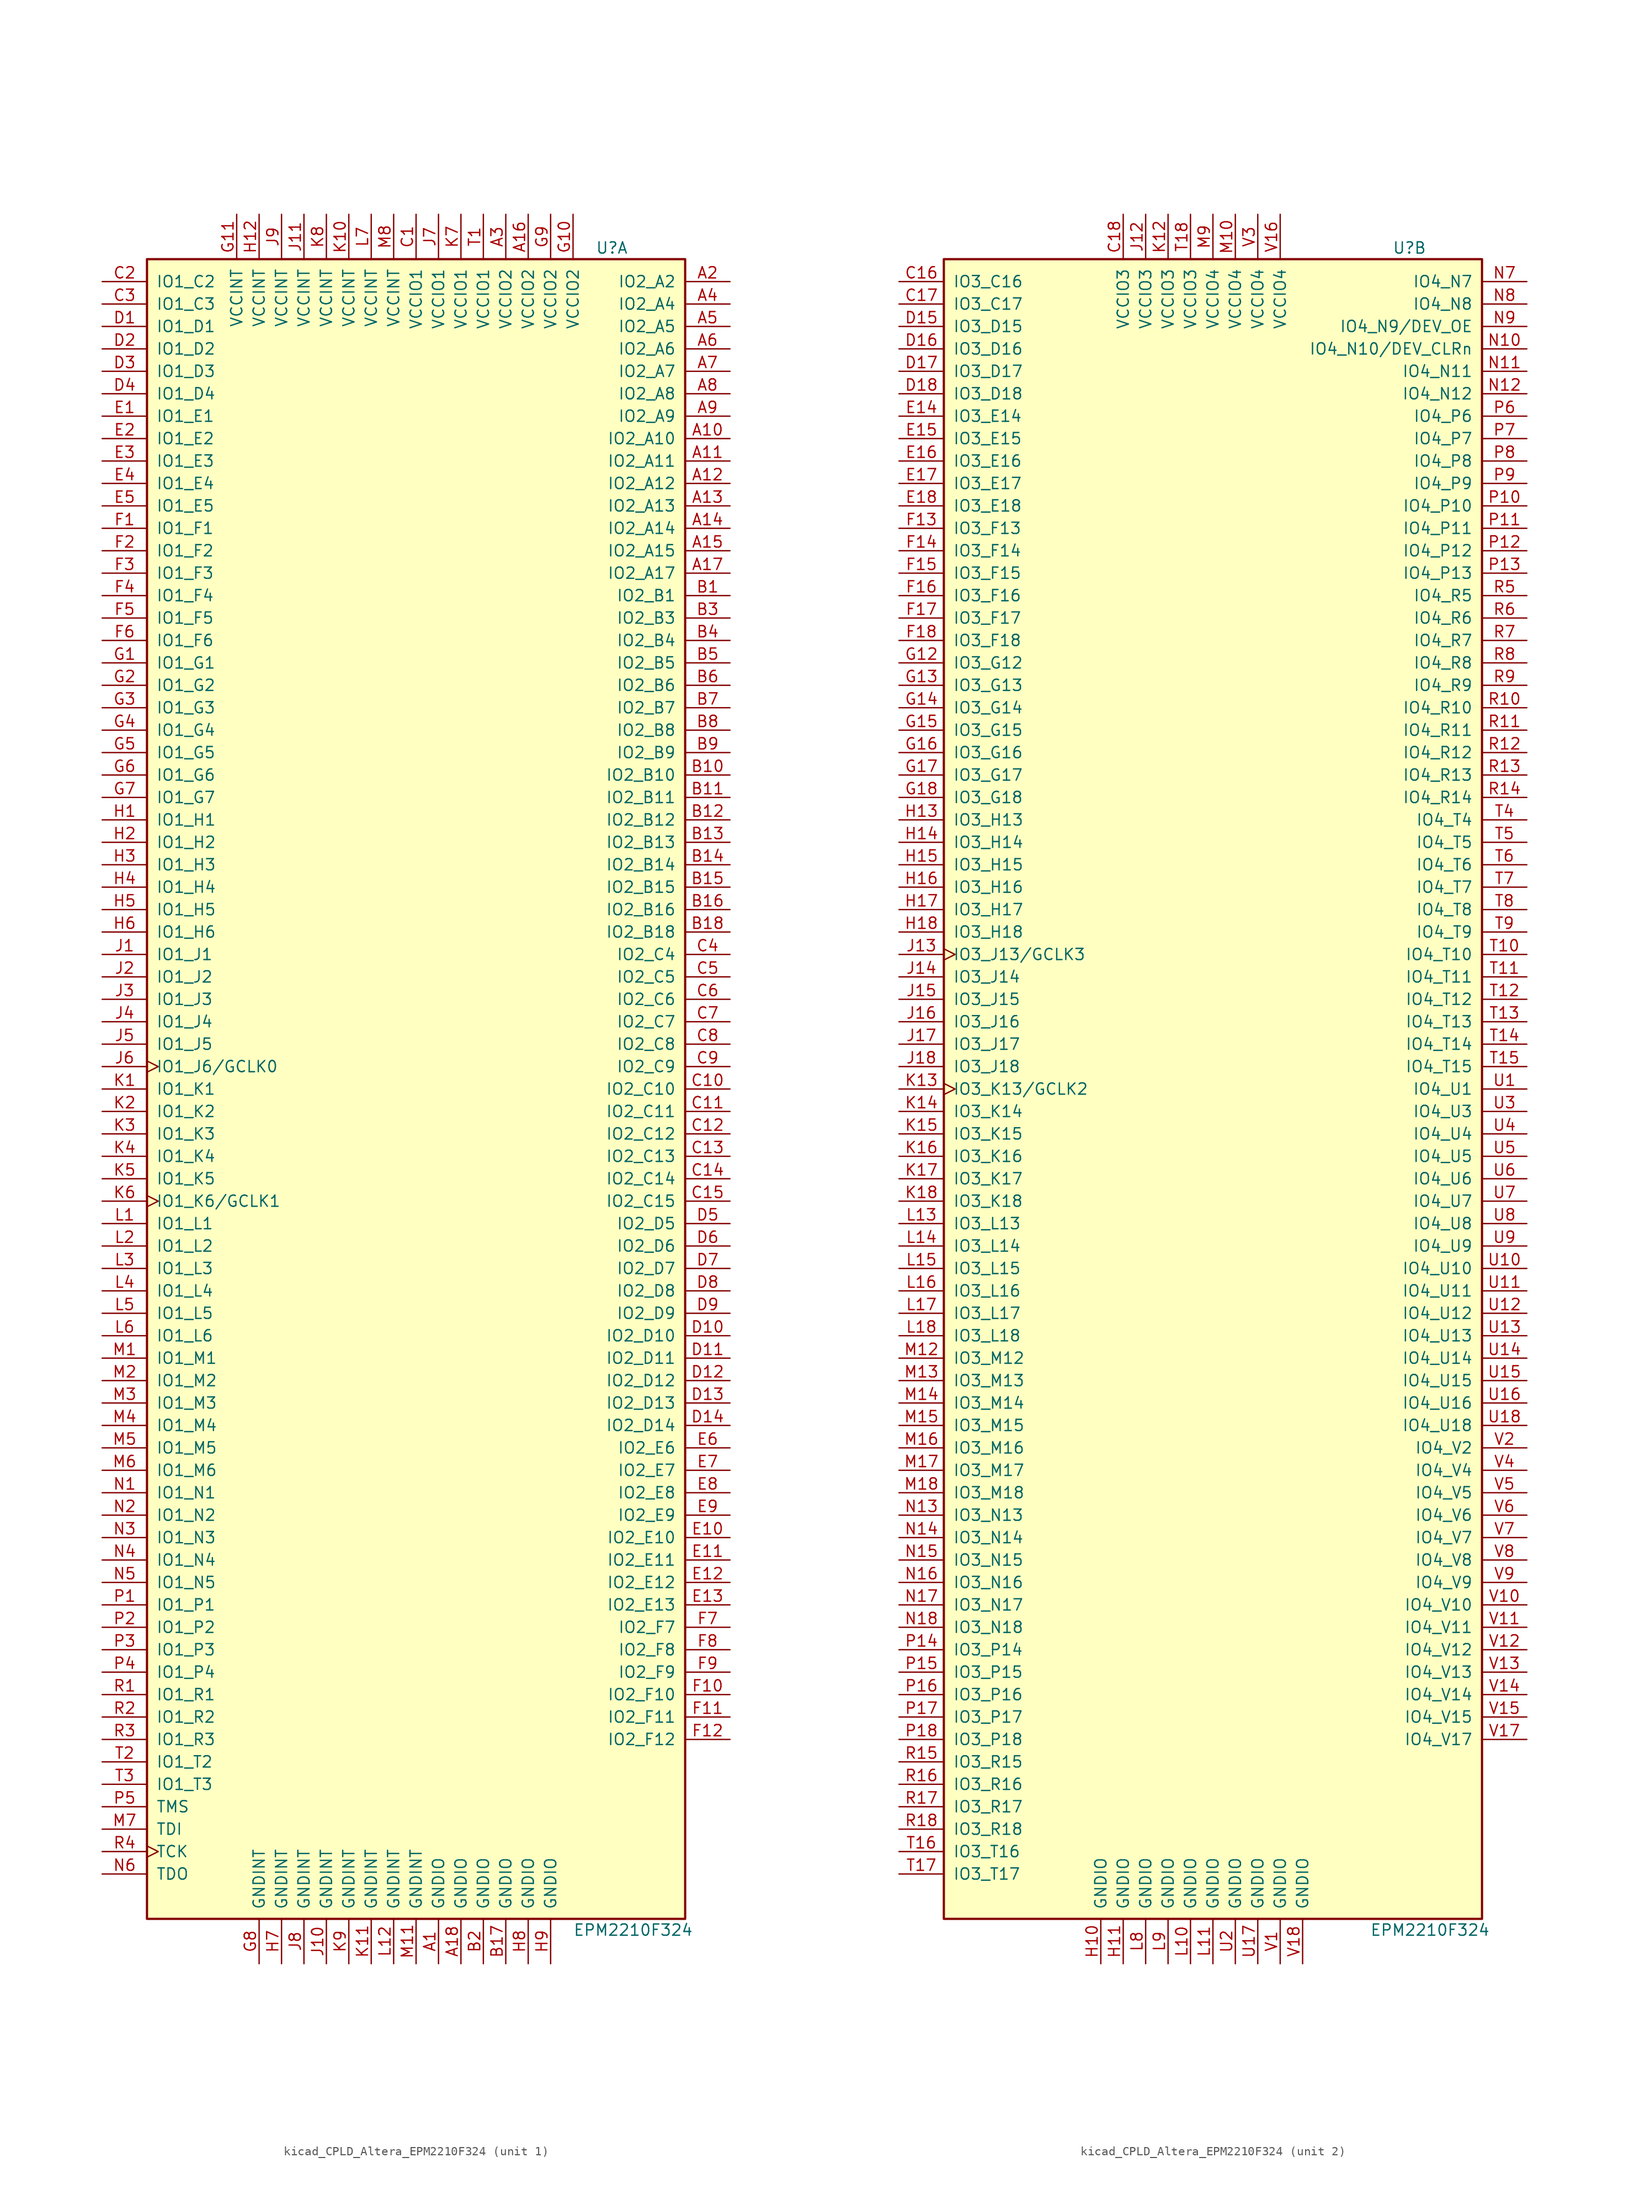
<source format=kicad_sym>
(kicad_symbol_lib
  (version 20220914)
  (generator kicad_symbol_editor)
  (symbol "kicad_CPLD_Altera_EPM2210F324"
    (pin_names
      (offset 1.016))
    (property "Reference" "U"
      (at 20.32 95.25 0)
      (effects (font (size 1.27 1.27)) (justify left)))
    (property "Value" "EPM2210F324"
      (at 17.78 -95.25 0)
      (effects (font (size 1.27 1.27)) (justify left)))
    (property "ki_locked" ""
      (at 0 0 0)
      (effects (font (size 1.27 1.27))))
    (symbol "kicad_CPLD_Altera_EPM2210F324_1_1"
      (rectangle (start -30.48 93.98) (end 30.48 -93.98) (stroke (width 0.254) (type default)) (fill (type background)))
      (pin power_in line (at 2.54 -99.06 90) (length 5.08) (name "GNDIO" (effects (font (size 1.27 1.27)))) (number "A1" (effects (font (size 1.27 1.27)))))
      (pin bidirectional line (at 35.56 73.66 180) (length 5.08) (name "IO2_A10" (effects (font (size 1.27 1.27)))) (number "A10" (effects (font (size 1.27 1.27)))))
      (pin bidirectional line (at 35.56 71.12 180) (length 5.08) (name "IO2_A11" (effects (font (size 1.27 1.27)))) (number "A11" (effects (font (size 1.27 1.27)))))
      (pin bidirectional line (at 35.56 68.58 180) (length 5.08) (name "IO2_A12" (effects (font (size 1.27 1.27)))) (number "A12" (effects (font (size 1.27 1.27)))))
      (pin bidirectional line (at 35.56 66.04 180) (length 5.08) (name "IO2_A13" (effects (font (size 1.27 1.27)))) (number "A13" (effects (font (size 1.27 1.27)))))
      (pin bidirectional line (at 35.56 63.5 180) (length 5.08) (name "IO2_A14" (effects (font (size 1.27 1.27)))) (number "A14" (effects (font (size 1.27 1.27)))))
      (pin bidirectional line (at 35.56 60.96 180) (length 5.08) (name "IO2_A15" (effects (font (size 1.27 1.27)))) (number "A15" (effects (font (size 1.27 1.27)))))
      (pin power_in line (at 12.7 99.06 270) (length 5.08) (name "VCCIO2" (effects (font (size 1.27 1.27)))) (number "A16" (effects (font (size 1.27 1.27)))))
      (pin bidirectional line (at 35.56 58.42 180) (length 5.08) (name "IO2_A17" (effects (font (size 1.27 1.27)))) (number "A17" (effects (font (size 1.27 1.27)))))
      (pin power_in line (at 5.08 -99.06 90) (length 5.08) (name "GNDIO" (effects (font (size 1.27 1.27)))) (number "A18" (effects (font (size 1.27 1.27)))))
      (pin bidirectional line (at 35.56 91.44 180) (length 5.08) (name "IO2_A2" (effects (font (size 1.27 1.27)))) (number "A2" (effects (font (size 1.27 1.27)))))
      (pin power_in line (at 10.16 99.06 270) (length 5.08) (name "VCCIO2" (effects (font (size 1.27 1.27)))) (number "A3" (effects (font (size 1.27 1.27)))))
      (pin bidirectional line (at 35.56 88.9 180) (length 5.08) (name "IO2_A4" (effects (font (size 1.27 1.27)))) (number "A4" (effects (font (size 1.27 1.27)))))
      (pin bidirectional line (at 35.56 86.36 180) (length 5.08) (name "IO2_A5" (effects (font (size 1.27 1.27)))) (number "A5" (effects (font (size 1.27 1.27)))))
      (pin bidirectional line (at 35.56 83.82 180) (length 5.08) (name "IO2_A6" (effects (font (size 1.27 1.27)))) (number "A6" (effects (font (size 1.27 1.27)))))
      (pin bidirectional line (at 35.56 81.28 180) (length 5.08) (name "IO2_A7" (effects (font (size 1.27 1.27)))) (number "A7" (effects (font (size 1.27 1.27)))))
      (pin bidirectional line (at 35.56 78.74 180) (length 5.08) (name "IO2_A8" (effects (font (size 1.27 1.27)))) (number "A8" (effects (font (size 1.27 1.27)))))
      (pin bidirectional line (at 35.56 76.2 180) (length 5.08) (name "IO2_A9" (effects (font (size 1.27 1.27)))) (number "A9" (effects (font (size 1.27 1.27)))))
      (pin bidirectional line (at 35.56 55.88 180) (length 5.08) (name "IO2_B1" (effects (font (size 1.27 1.27)))) (number "B1" (effects (font (size 1.27 1.27)))))
      (pin bidirectional line (at 35.56 35.56 180) (length 5.08) (name "IO2_B10" (effects (font (size 1.27 1.27)))) (number "B10" (effects (font (size 1.27 1.27)))))
      (pin bidirectional line (at 35.56 33.02 180) (length 5.08) (name "IO2_B11" (effects (font (size 1.27 1.27)))) (number "B11" (effects (font (size 1.27 1.27)))))
      (pin bidirectional line (at 35.56 30.48 180) (length 5.08) (name "IO2_B12" (effects (font (size 1.27 1.27)))) (number "B12" (effects (font (size 1.27 1.27)))))
      (pin bidirectional line (at 35.56 27.94 180) (length 5.08) (name "IO2_B13" (effects (font (size 1.27 1.27)))) (number "B13" (effects (font (size 1.27 1.27)))))
      (pin bidirectional line (at 35.56 25.4 180) (length 5.08) (name "IO2_B14" (effects (font (size 1.27 1.27)))) (number "B14" (effects (font (size 1.27 1.27)))))
      (pin bidirectional line (at 35.56 22.86 180) (length 5.08) (name "IO2_B15" (effects (font (size 1.27 1.27)))) (number "B15" (effects (font (size 1.27 1.27)))))
      (pin bidirectional line (at 35.56 20.32 180) (length 5.08) (name "IO2_B16" (effects (font (size 1.27 1.27)))) (number "B16" (effects (font (size 1.27 1.27)))))
      (pin power_in line (at 10.16 -99.06 90) (length 5.08) (name "GNDIO" (effects (font (size 1.27 1.27)))) (number "B17" (effects (font (size 1.27 1.27)))))
      (pin bidirectional line (at 35.56 17.78 180) (length 5.08) (name "IO2_B18" (effects (font (size 1.27 1.27)))) (number "B18" (effects (font (size 1.27 1.27)))))
      (pin power_in line (at 7.62 -99.06 90) (length 5.08) (name "GNDIO" (effects (font (size 1.27 1.27)))) (number "B2" (effects (font (size 1.27 1.27)))))
      (pin bidirectional line (at 35.56 53.34 180) (length 5.08) (name "IO2_B3" (effects (font (size 1.27 1.27)))) (number "B3" (effects (font (size 1.27 1.27)))))
      (pin bidirectional line (at 35.56 50.8 180) (length 5.08) (name "IO2_B4" (effects (font (size 1.27 1.27)))) (number "B4" (effects (font (size 1.27 1.27)))))
      (pin bidirectional line (at 35.56 48.26 180) (length 5.08) (name "IO2_B5" (effects (font (size 1.27 1.27)))) (number "B5" (effects (font (size 1.27 1.27)))))
      (pin bidirectional line (at 35.56 45.72 180) (length 5.08) (name "IO2_B6" (effects (font (size 1.27 1.27)))) (number "B6" (effects (font (size 1.27 1.27)))))
      (pin bidirectional line (at 35.56 43.18 180) (length 5.08) (name "IO2_B7" (effects (font (size 1.27 1.27)))) (number "B7" (effects (font (size 1.27 1.27)))))
      (pin bidirectional line (at 35.56 40.64 180) (length 5.08) (name "IO2_B8" (effects (font (size 1.27 1.27)))) (number "B8" (effects (font (size 1.27 1.27)))))
      (pin bidirectional line (at 35.56 38.1 180) (length 5.08) (name "IO2_B9" (effects (font (size 1.27 1.27)))) (number "B9" (effects (font (size 1.27 1.27)))))
      (pin power_in line (at 0 99.06 270) (length 5.08) (name "VCCIO1" (effects (font (size 1.27 1.27)))) (number "C1" (effects (font (size 1.27 1.27)))))
      (pin bidirectional line (at 35.56 0 180) (length 5.08) (name "IO2_C10" (effects (font (size 1.27 1.27)))) (number "C10" (effects (font (size 1.27 1.27)))))
      (pin bidirectional line (at 35.56 -2.54 180) (length 5.08) (name "IO2_C11" (effects (font (size 1.27 1.27)))) (number "C11" (effects (font (size 1.27 1.27)))))
      (pin bidirectional line (at 35.56 -5.08 180) (length 5.08) (name "IO2_C12" (effects (font (size 1.27 1.27)))) (number "C12" (effects (font (size 1.27 1.27)))))
      (pin bidirectional line (at 35.56 -7.62 180) (length 5.08) (name "IO2_C13" (effects (font (size 1.27 1.27)))) (number "C13" (effects (font (size 1.27 1.27)))))
      (pin bidirectional line (at 35.56 -10.16 180) (length 5.08) (name "IO2_C14" (effects (font (size 1.27 1.27)))) (number "C14" (effects (font (size 1.27 1.27)))))
      (pin bidirectional line (at 35.56 -12.7 180) (length 5.08) (name "IO2_C15" (effects (font (size 1.27 1.27)))) (number "C15" (effects (font (size 1.27 1.27)))))
      (pin bidirectional line (at -35.56 91.44 0) (length 5.08) (name "IO1_C2" (effects (font (size 1.27 1.27)))) (number "C2" (effects (font (size 1.27 1.27)))))
      (pin bidirectional line (at -35.56 88.9 0) (length 5.08) (name "IO1_C3" (effects (font (size 1.27 1.27)))) (number "C3" (effects (font (size 1.27 1.27)))))
      (pin bidirectional line (at 35.56 15.24 180) (length 5.08) (name "IO2_C4" (effects (font (size 1.27 1.27)))) (number "C4" (effects (font (size 1.27 1.27)))))
      (pin bidirectional line (at 35.56 12.7 180) (length 5.08) (name "IO2_C5" (effects (font (size 1.27 1.27)))) (number "C5" (effects (font (size 1.27 1.27)))))
      (pin bidirectional line (at 35.56 10.16 180) (length 5.08) (name "IO2_C6" (effects (font (size 1.27 1.27)))) (number "C6" (effects (font (size 1.27 1.27)))))
      (pin bidirectional line (at 35.56 7.62 180) (length 5.08) (name "IO2_C7" (effects (font (size 1.27 1.27)))) (number "C7" (effects (font (size 1.27 1.27)))))
      (pin bidirectional line (at 35.56 5.08 180) (length 5.08) (name "IO2_C8" (effects (font (size 1.27 1.27)))) (number "C8" (effects (font (size 1.27 1.27)))))
      (pin bidirectional line (at 35.56 2.54 180) (length 5.08) (name "IO2_C9" (effects (font (size 1.27 1.27)))) (number "C9" (effects (font (size 1.27 1.27)))))
      (pin bidirectional line (at -35.56 86.36 0) (length 5.08) (name "IO1_D1" (effects (font (size 1.27 1.27)))) (number "D1" (effects (font (size 1.27 1.27)))))
      (pin bidirectional line (at 35.56 -27.94 180) (length 5.08) (name "IO2_D10" (effects (font (size 1.27 1.27)))) (number "D10" (effects (font (size 1.27 1.27)))))
      (pin bidirectional line (at 35.56 -30.48 180) (length 5.08) (name "IO2_D11" (effects (font (size 1.27 1.27)))) (number "D11" (effects (font (size 1.27 1.27)))))
      (pin bidirectional line (at 35.56 -33.02 180) (length 5.08) (name "IO2_D12" (effects (font (size 1.27 1.27)))) (number "D12" (effects (font (size 1.27 1.27)))))
      (pin bidirectional line (at 35.56 -35.56 180) (length 5.08) (name "IO2_D13" (effects (font (size 1.27 1.27)))) (number "D13" (effects (font (size 1.27 1.27)))))
      (pin bidirectional line (at 35.56 -38.1 180) (length 5.08) (name "IO2_D14" (effects (font (size 1.27 1.27)))) (number "D14" (effects (font (size 1.27 1.27)))))
      (pin bidirectional line (at -35.56 83.82 0) (length 5.08) (name "IO1_D2" (effects (font (size 1.27 1.27)))) (number "D2" (effects (font (size 1.27 1.27)))))
      (pin bidirectional line (at -35.56 81.28 0) (length 5.08) (name "IO1_D3" (effects (font (size 1.27 1.27)))) (number "D3" (effects (font (size 1.27 1.27)))))
      (pin bidirectional line (at -35.56 78.74 0) (length 5.08) (name "IO1_D4" (effects (font (size 1.27 1.27)))) (number "D4" (effects (font (size 1.27 1.27)))))
      (pin bidirectional line (at 35.56 -15.24 180) (length 5.08) (name "IO2_D5" (effects (font (size 1.27 1.27)))) (number "D5" (effects (font (size 1.27 1.27)))))
      (pin bidirectional line (at 35.56 -17.78 180) (length 5.08) (name "IO2_D6" (effects (font (size 1.27 1.27)))) (number "D6" (effects (font (size 1.27 1.27)))))
      (pin bidirectional line (at 35.56 -20.32 180) (length 5.08) (name "IO2_D7" (effects (font (size 1.27 1.27)))) (number "D7" (effects (font (size 1.27 1.27)))))
      (pin bidirectional line (at 35.56 -22.86 180) (length 5.08) (name "IO2_D8" (effects (font (size 1.27 1.27)))) (number "D8" (effects (font (size 1.27 1.27)))))
      (pin bidirectional line (at 35.56 -25.4 180) (length 5.08) (name "IO2_D9" (effects (font (size 1.27 1.27)))) (number "D9" (effects (font (size 1.27 1.27)))))
      (pin bidirectional line (at -35.56 76.2 0) (length 5.08) (name "IO1_E1" (effects (font (size 1.27 1.27)))) (number "E1" (effects (font (size 1.27 1.27)))))
      (pin bidirectional line (at 35.56 -50.8 180) (length 5.08) (name "IO2_E10" (effects (font (size 1.27 1.27)))) (number "E10" (effects (font (size 1.27 1.27)))))
      (pin bidirectional line (at 35.56 -53.34 180) (length 5.08) (name "IO2_E11" (effects (font (size 1.27 1.27)))) (number "E11" (effects (font (size 1.27 1.27)))))
      (pin bidirectional line (at 35.56 -55.88 180) (length 5.08) (name "IO2_E12" (effects (font (size 1.27 1.27)))) (number "E12" (effects (font (size 1.27 1.27)))))
      (pin bidirectional line (at 35.56 -58.42 180) (length 5.08) (name "IO2_E13" (effects (font (size 1.27 1.27)))) (number "E13" (effects (font (size 1.27 1.27)))))
      (pin bidirectional line (at -35.56 73.66 0) (length 5.08) (name "IO1_E2" (effects (font (size 1.27 1.27)))) (number "E2" (effects (font (size 1.27 1.27)))))
      (pin bidirectional line (at -35.56 71.12 0) (length 5.08) (name "IO1_E3" (effects (font (size 1.27 1.27)))) (number "E3" (effects (font (size 1.27 1.27)))))
      (pin bidirectional line (at -35.56 68.58 0) (length 5.08) (name "IO1_E4" (effects (font (size 1.27 1.27)))) (number "E4" (effects (font (size 1.27 1.27)))))
      (pin bidirectional line (at -35.56 66.04 0) (length 5.08) (name "IO1_E5" (effects (font (size 1.27 1.27)))) (number "E5" (effects (font (size 1.27 1.27)))))
      (pin bidirectional line (at 35.56 -40.64 180) (length 5.08) (name "IO2_E6" (effects (font (size 1.27 1.27)))) (number "E6" (effects (font (size 1.27 1.27)))))
      (pin bidirectional line (at 35.56 -43.18 180) (length 5.08) (name "IO2_E7" (effects (font (size 1.27 1.27)))) (number "E7" (effects (font (size 1.27 1.27)))))
      (pin bidirectional line (at 35.56 -45.72 180) (length 5.08) (name "IO2_E8" (effects (font (size 1.27 1.27)))) (number "E8" (effects (font (size 1.27 1.27)))))
      (pin bidirectional line (at 35.56 -48.26 180) (length 5.08) (name "IO2_E9" (effects (font (size 1.27 1.27)))) (number "E9" (effects (font (size 1.27 1.27)))))
      (pin bidirectional line (at -35.56 63.5 0) (length 5.08) (name "IO1_F1" (effects (font (size 1.27 1.27)))) (number "F1" (effects (font (size 1.27 1.27)))))
      (pin bidirectional line (at 35.56 -68.58 180) (length 5.08) (name "IO2_F10" (effects (font (size 1.27 1.27)))) (number "F10" (effects (font (size 1.27 1.27)))))
      (pin bidirectional line (at 35.56 -71.12 180) (length 5.08) (name "IO2_F11" (effects (font (size 1.27 1.27)))) (number "F11" (effects (font (size 1.27 1.27)))))
      (pin bidirectional line (at 35.56 -73.66 180) (length 5.08) (name "IO2_F12" (effects (font (size 1.27 1.27)))) (number "F12" (effects (font (size 1.27 1.27)))))
      (pin bidirectional line (at -35.56 60.96 0) (length 5.08) (name "IO1_F2" (effects (font (size 1.27 1.27)))) (number "F2" (effects (font (size 1.27 1.27)))))
      (pin bidirectional line (at -35.56 58.42 0) (length 5.08) (name "IO1_F3" (effects (font (size 1.27 1.27)))) (number "F3" (effects (font (size 1.27 1.27)))))
      (pin bidirectional line (at -35.56 55.88 0) (length 5.08) (name "IO1_F4" (effects (font (size 1.27 1.27)))) (number "F4" (effects (font (size 1.27 1.27)))))
      (pin bidirectional line (at -35.56 53.34 0) (length 5.08) (name "IO1_F5" (effects (font (size 1.27 1.27)))) (number "F5" (effects (font (size 1.27 1.27)))))
      (pin bidirectional line (at -35.56 50.8 0) (length 5.08) (name "IO1_F6" (effects (font (size 1.27 1.27)))) (number "F6" (effects (font (size 1.27 1.27)))))
      (pin bidirectional line (at 35.56 -60.96 180) (length 5.08) (name "IO2_F7" (effects (font (size 1.27 1.27)))) (number "F7" (effects (font (size 1.27 1.27)))))
      (pin bidirectional line (at 35.56 -63.5 180) (length 5.08) (name "IO2_F8" (effects (font (size 1.27 1.27)))) (number "F8" (effects (font (size 1.27 1.27)))))
      (pin bidirectional line (at 35.56 -66.04 180) (length 5.08) (name "IO2_F9" (effects (font (size 1.27 1.27)))) (number "F9" (effects (font (size 1.27 1.27)))))
      (pin bidirectional line (at -35.56 48.26 0) (length 5.08) (name "IO1_G1" (effects (font (size 1.27 1.27)))) (number "G1" (effects (font (size 1.27 1.27)))))
      (pin power_in line (at 17.78 99.06 270) (length 5.08) (name "VCCIO2" (effects (font (size 1.27 1.27)))) (number "G10" (effects (font (size 1.27 1.27)))))
      (pin power_in line (at -20.32 99.06 270) (length 5.08) (name "VCCINT" (effects (font (size 1.27 1.27)))) (number "G11" (effects (font (size 1.27 1.27)))))
      (pin bidirectional line (at -35.56 45.72 0) (length 5.08) (name "IO1_G2" (effects (font (size 1.27 1.27)))) (number "G2" (effects (font (size 1.27 1.27)))))
      (pin bidirectional line (at -35.56 43.18 0) (length 5.08) (name "IO1_G3" (effects (font (size 1.27 1.27)))) (number "G3" (effects (font (size 1.27 1.27)))))
      (pin bidirectional line (at -35.56 40.64 0) (length 5.08) (name "IO1_G4" (effects (font (size 1.27 1.27)))) (number "G4" (effects (font (size 1.27 1.27)))))
      (pin bidirectional line (at -35.56 38.1 0) (length 5.08) (name "IO1_G5" (effects (font (size 1.27 1.27)))) (number "G5" (effects (font (size 1.27 1.27)))))
      (pin bidirectional line (at -35.56 35.56 0) (length 5.08) (name "IO1_G6" (effects (font (size 1.27 1.27)))) (number "G6" (effects (font (size 1.27 1.27)))))
      (pin bidirectional line (at -35.56 33.02 0) (length 5.08) (name "IO1_G7" (effects (font (size 1.27 1.27)))) (number "G7" (effects (font (size 1.27 1.27)))))
      (pin power_in line (at -17.78 -99.06 90) (length 5.08) (name "GNDINT" (effects (font (size 1.27 1.27)))) (number "G8" (effects (font (size 1.27 1.27)))))
      (pin power_in line (at 15.24 99.06 270) (length 5.08) (name "VCCIO2" (effects (font (size 1.27 1.27)))) (number "G9" (effects (font (size 1.27 1.27)))))
      (pin bidirectional line (at -35.56 30.48 0) (length 5.08) (name "IO1_H1" (effects (font (size 1.27 1.27)))) (number "H1" (effects (font (size 1.27 1.27)))))
      (pin power_in line (at -17.78 99.06 270) (length 5.08) (name "VCCINT" (effects (font (size 1.27 1.27)))) (number "H12" (effects (font (size 1.27 1.27)))))
      (pin bidirectional line (at -35.56 27.94 0) (length 5.08) (name "IO1_H2" (effects (font (size 1.27 1.27)))) (number "H2" (effects (font (size 1.27 1.27)))))
      (pin bidirectional line (at -35.56 25.4 0) (length 5.08) (name "IO1_H3" (effects (font (size 1.27 1.27)))) (number "H3" (effects (font (size 1.27 1.27)))))
      (pin bidirectional line (at -35.56 22.86 0) (length 5.08) (name "IO1_H4" (effects (font (size 1.27 1.27)))) (number "H4" (effects (font (size 1.27 1.27)))))
      (pin bidirectional line (at -35.56 20.32 0) (length 5.08) (name "IO1_H5" (effects (font (size 1.27 1.27)))) (number "H5" (effects (font (size 1.27 1.27)))))
      (pin bidirectional line (at -35.56 17.78 0) (length 5.08) (name "IO1_H6" (effects (font (size 1.27 1.27)))) (number "H6" (effects (font (size 1.27 1.27)))))
      (pin power_in line (at -15.24 -99.06 90) (length 5.08) (name "GNDINT" (effects (font (size 1.27 1.27)))) (number "H7" (effects (font (size 1.27 1.27)))))
      (pin power_in line (at 12.7 -99.06 90) (length 5.08) (name "GNDIO" (effects (font (size 1.27 1.27)))) (number "H8" (effects (font (size 1.27 1.27)))))
      (pin power_in line (at 15.24 -99.06 90) (length 5.08) (name "GNDIO" (effects (font (size 1.27 1.27)))) (number "H9" (effects (font (size 1.27 1.27)))))
      (pin bidirectional line (at -35.56 15.24 0) (length 5.08) (name "IO1_J1" (effects (font (size 1.27 1.27)))) (number "J1" (effects (font (size 1.27 1.27)))))
      (pin power_in line (at -10.16 -99.06 90) (length 5.08) (name "GNDINT" (effects (font (size 1.27 1.27)))) (number "J10" (effects (font (size 1.27 1.27)))))
      (pin power_in line (at -12.7 99.06 270) (length 5.08) (name "VCCINT" (effects (font (size 1.27 1.27)))) (number "J11" (effects (font (size 1.27 1.27)))))
      (pin bidirectional line (at -35.56 12.7 0) (length 5.08) (name "IO1_J2" (effects (font (size 1.27 1.27)))) (number "J2" (effects (font (size 1.27 1.27)))))
      (pin bidirectional line (at -35.56 10.16 0) (length 5.08) (name "IO1_J3" (effects (font (size 1.27 1.27)))) (number "J3" (effects (font (size 1.27 1.27)))))
      (pin bidirectional line (at -35.56 7.62 0) (length 5.08) (name "IO1_J4" (effects (font (size 1.27 1.27)))) (number "J4" (effects (font (size 1.27 1.27)))))
      (pin bidirectional line (at -35.56 5.08 0) (length 5.08) (name "IO1_J5" (effects (font (size 1.27 1.27)))) (number "J5" (effects (font (size 1.27 1.27)))))
      (pin bidirectional clock (at -35.56 2.54 0) (length 5.08) (name "IO1_J6/GCLK0" (effects (font (size 1.27 1.27)))) (number "J6" (effects (font (size 1.27 1.27)))))
      (pin power_in line (at 2.54 99.06 270) (length 5.08) (name "VCCIO1" (effects (font (size 1.27 1.27)))) (number "J7" (effects (font (size 1.27 1.27)))))
      (pin power_in line (at -12.7 -99.06 90) (length 5.08) (name "GNDINT" (effects (font (size 1.27 1.27)))) (number "J8" (effects (font (size 1.27 1.27)))))
      (pin power_in line (at -15.24 99.06 270) (length 5.08) (name "VCCINT" (effects (font (size 1.27 1.27)))) (number "J9" (effects (font (size 1.27 1.27)))))
      (pin bidirectional line (at -35.56 0 0) (length 5.08) (name "IO1_K1" (effects (font (size 1.27 1.27)))) (number "K1" (effects (font (size 1.27 1.27)))))
      (pin power_in line (at -7.62 99.06 270) (length 5.08) (name "VCCINT" (effects (font (size 1.27 1.27)))) (number "K10" (effects (font (size 1.27 1.27)))))
      (pin power_in line (at -5.08 -99.06 90) (length 5.08) (name "GNDINT" (effects (font (size 1.27 1.27)))) (number "K11" (effects (font (size 1.27 1.27)))))
      (pin bidirectional line (at -35.56 -2.54 0) (length 5.08) (name "IO1_K2" (effects (font (size 1.27 1.27)))) (number "K2" (effects (font (size 1.27 1.27)))))
      (pin bidirectional line (at -35.56 -5.08 0) (length 5.08) (name "IO1_K3" (effects (font (size 1.27 1.27)))) (number "K3" (effects (font (size 1.27 1.27)))))
      (pin bidirectional line (at -35.56 -7.62 0) (length 5.08) (name "IO1_K4" (effects (font (size 1.27 1.27)))) (number "K4" (effects (font (size 1.27 1.27)))))
      (pin bidirectional line (at -35.56 -10.16 0) (length 5.08) (name "IO1_K5" (effects (font (size 1.27 1.27)))) (number "K5" (effects (font (size 1.27 1.27)))))
      (pin bidirectional clock (at -35.56 -12.7 0) (length 5.08) (name "IO1_K6/GCLK1" (effects (font (size 1.27 1.27)))) (number "K6" (effects (font (size 1.27 1.27)))))
      (pin power_in line (at 5.08 99.06 270) (length 5.08) (name "VCCIO1" (effects (font (size 1.27 1.27)))) (number "K7" (effects (font (size 1.27 1.27)))))
      (pin power_in line (at -10.16 99.06 270) (length 5.08) (name "VCCINT" (effects (font (size 1.27 1.27)))) (number "K8" (effects (font (size 1.27 1.27)))))
      (pin power_in line (at -7.62 -99.06 90) (length 5.08) (name "GNDINT" (effects (font (size 1.27 1.27)))) (number "K9" (effects (font (size 1.27 1.27)))))
      (pin bidirectional line (at -35.56 -15.24 0) (length 5.08) (name "IO1_L1" (effects (font (size 1.27 1.27)))) (number "L1" (effects (font (size 1.27 1.27)))))
      (pin power_in line (at -2.54 -99.06 90) (length 5.08) (name "GNDINT" (effects (font (size 1.27 1.27)))) (number "L12" (effects (font (size 1.27 1.27)))))
      (pin bidirectional line (at -35.56 -17.78 0) (length 5.08) (name "IO1_L2" (effects (font (size 1.27 1.27)))) (number "L2" (effects (font (size 1.27 1.27)))))
      (pin bidirectional line (at -35.56 -20.32 0) (length 5.08) (name "IO1_L3" (effects (font (size 1.27 1.27)))) (number "L3" (effects (font (size 1.27 1.27)))))
      (pin bidirectional line (at -35.56 -22.86 0) (length 5.08) (name "IO1_L4" (effects (font (size 1.27 1.27)))) (number "L4" (effects (font (size 1.27 1.27)))))
      (pin bidirectional line (at -35.56 -25.4 0) (length 5.08) (name "IO1_L5" (effects (font (size 1.27 1.27)))) (number "L5" (effects (font (size 1.27 1.27)))))
      (pin bidirectional line (at -35.56 -27.94 0) (length 5.08) (name "IO1_L6" (effects (font (size 1.27 1.27)))) (number "L6" (effects (font (size 1.27 1.27)))))
      (pin power_in line (at -5.08 99.06 270) (length 5.08) (name "VCCINT" (effects (font (size 1.27 1.27)))) (number "L7" (effects (font (size 1.27 1.27)))))
      (pin bidirectional line (at -35.56 -30.48 0) (length 5.08) (name "IO1_M1" (effects (font (size 1.27 1.27)))) (number "M1" (effects (font (size 1.27 1.27)))))
      (pin power_in line (at 0 -99.06 90) (length 5.08) (name "GNDINT" (effects (font (size 1.27 1.27)))) (number "M11" (effects (font (size 1.27 1.27)))))
      (pin bidirectional line (at -35.56 -33.02 0) (length 5.08) (name "IO1_M2" (effects (font (size 1.27 1.27)))) (number "M2" (effects (font (size 1.27 1.27)))))
      (pin bidirectional line (at -35.56 -35.56 0) (length 5.08) (name "IO1_M3" (effects (font (size 1.27 1.27)))) (number "M3" (effects (font (size 1.27 1.27)))))
      (pin bidirectional line (at -35.56 -38.1 0) (length 5.08) (name "IO1_M4" (effects (font (size 1.27 1.27)))) (number "M4" (effects (font (size 1.27 1.27)))))
      (pin bidirectional line (at -35.56 -40.64 0) (length 5.08) (name "IO1_M5" (effects (font (size 1.27 1.27)))) (number "M5" (effects (font (size 1.27 1.27)))))
      (pin bidirectional line (at -35.56 -43.18 0) (length 5.08) (name "IO1_M6" (effects (font (size 1.27 1.27)))) (number "M6" (effects (font (size 1.27 1.27)))))
      (pin input line (at -35.56 -83.82 0) (length 5.08) (name "TDI" (effects (font (size 1.27 1.27)))) (number "M7" (effects (font (size 1.27 1.27)))))
      (pin power_in line (at -2.54 99.06 270) (length 5.08) (name "VCCINT" (effects (font (size 1.27 1.27)))) (number "M8" (effects (font (size 1.27 1.27)))))
      (pin bidirectional line (at -35.56 -45.72 0) (length 5.08) (name "IO1_N1" (effects (font (size 1.27 1.27)))) (number "N1" (effects (font (size 1.27 1.27)))))
      (pin bidirectional line (at -35.56 -48.26 0) (length 5.08) (name "IO1_N2" (effects (font (size 1.27 1.27)))) (number "N2" (effects (font (size 1.27 1.27)))))
      (pin bidirectional line (at -35.56 -50.8 0) (length 5.08) (name "IO1_N3" (effects (font (size 1.27 1.27)))) (number "N3" (effects (font (size 1.27 1.27)))))
      (pin bidirectional line (at -35.56 -53.34 0) (length 5.08) (name "IO1_N4" (effects (font (size 1.27 1.27)))) (number "N4" (effects (font (size 1.27 1.27)))))
      (pin bidirectional line (at -35.56 -55.88 0) (length 5.08) (name "IO1_N5" (effects (font (size 1.27 1.27)))) (number "N5" (effects (font (size 1.27 1.27)))))
      (pin output line (at -35.56 -88.9 0) (length 5.08) (name "TDO" (effects (font (size 1.27 1.27)))) (number "N6" (effects (font (size 1.27 1.27)))))
      (pin bidirectional line (at -35.56 -58.42 0) (length 5.08) (name "IO1_P1" (effects (font (size 1.27 1.27)))) (number "P1" (effects (font (size 1.27 1.27)))))
      (pin bidirectional line (at -35.56 -60.96 0) (length 5.08) (name "IO1_P2" (effects (font (size 1.27 1.27)))) (number "P2" (effects (font (size 1.27 1.27)))))
      (pin bidirectional line (at -35.56 -63.5 0) (length 5.08) (name "IO1_P3" (effects (font (size 1.27 1.27)))) (number "P3" (effects (font (size 1.27 1.27)))))
      (pin bidirectional line (at -35.56 -66.04 0) (length 5.08) (name "IO1_P4" (effects (font (size 1.27 1.27)))) (number "P4" (effects (font (size 1.27 1.27)))))
      (pin input line (at -35.56 -81.28 0) (length 5.08) (name "TMS" (effects (font (size 1.27 1.27)))) (number "P5" (effects (font (size 1.27 1.27)))))
      (pin bidirectional line (at -35.56 -68.58 0) (length 5.08) (name "IO1_R1" (effects (font (size 1.27 1.27)))) (number "R1" (effects (font (size 1.27 1.27)))))
      (pin bidirectional line (at -35.56 -71.12 0) (length 5.08) (name "IO1_R2" (effects (font (size 1.27 1.27)))) (number "R2" (effects (font (size 1.27 1.27)))))
      (pin bidirectional line (at -35.56 -73.66 0) (length 5.08) (name "IO1_R3" (effects (font (size 1.27 1.27)))) (number "R3" (effects (font (size 1.27 1.27)))))
      (pin input clock (at -35.56 -86.36 0) (length 5.08) (name "TCK" (effects (font (size 1.27 1.27)))) (number "R4" (effects (font (size 1.27 1.27)))))
      (pin power_in line (at 7.62 99.06 270) (length 5.08) (name "VCCIO1" (effects (font (size 1.27 1.27)))) (number "T1" (effects (font (size 1.27 1.27)))))
      (pin bidirectional line (at -35.56 -76.2 0) (length 5.08) (name "IO1_T2" (effects (font (size 1.27 1.27)))) (number "T2" (effects (font (size 1.27 1.27)))))
      (pin bidirectional line (at -35.56 -78.74 0) (length 5.08) (name "IO1_T3" (effects (font (size 1.27 1.27)))) (number "T3" (effects (font (size 1.27 1.27))))))
    (symbol "kicad_CPLD_Altera_EPM2210F324_2_1"
      (rectangle (start -30.48 93.98) (end 30.48 -93.98) (stroke (width 0.254) (type default)) (fill (type background)))
      (pin bidirectional line (at -35.56 91.44 0) (length 5.08) (name "IO3_C16" (effects (font (size 1.27 1.27)))) (number "C16" (effects (font (size 1.27 1.27)))))
      (pin bidirectional line (at -35.56 88.9 0) (length 5.08) (name "IO3_C17" (effects (font (size 1.27 1.27)))) (number "C17" (effects (font (size 1.27 1.27)))))
      (pin power_in line (at -10.16 99.06 270) (length 5.08) (name "VCCIO3" (effects (font (size 1.27 1.27)))) (number "C18" (effects (font (size 1.27 1.27)))))
      (pin bidirectional line (at -35.56 86.36 0) (length 5.08) (name "IO3_D15" (effects (font (size 1.27 1.27)))) (number "D15" (effects (font (size 1.27 1.27)))))
      (pin bidirectional line (at -35.56 83.82 0) (length 5.08) (name "IO3_D16" (effects (font (size 1.27 1.27)))) (number "D16" (effects (font (size 1.27 1.27)))))
      (pin bidirectional line (at -35.56 81.28 0) (length 5.08) (name "IO3_D17" (effects (font (size 1.27 1.27)))) (number "D17" (effects (font (size 1.27 1.27)))))
      (pin bidirectional line (at -35.56 78.74 0) (length 5.08) (name "IO3_D18" (effects (font (size 1.27 1.27)))) (number "D18" (effects (font (size 1.27 1.27)))))
      (pin bidirectional line (at -35.56 76.2 0) (length 5.08) (name "IO3_E14" (effects (font (size 1.27 1.27)))) (number "E14" (effects (font (size 1.27 1.27)))))
      (pin bidirectional line (at -35.56 73.66 0) (length 5.08) (name "IO3_E15" (effects (font (size 1.27 1.27)))) (number "E15" (effects (font (size 1.27 1.27)))))
      (pin bidirectional line (at -35.56 71.12 0) (length 5.08) (name "IO3_E16" (effects (font (size 1.27 1.27)))) (number "E16" (effects (font (size 1.27 1.27)))))
      (pin bidirectional line (at -35.56 68.58 0) (length 5.08) (name "IO3_E17" (effects (font (size 1.27 1.27)))) (number "E17" (effects (font (size 1.27 1.27)))))
      (pin bidirectional line (at -35.56 66.04 0) (length 5.08) (name "IO3_E18" (effects (font (size 1.27 1.27)))) (number "E18" (effects (font (size 1.27 1.27)))))
      (pin bidirectional line (at -35.56 63.5 0) (length 5.08) (name "IO3_F13" (effects (font (size 1.27 1.27)))) (number "F13" (effects (font (size 1.27 1.27)))))
      (pin bidirectional line (at -35.56 60.96 0) (length 5.08) (name "IO3_F14" (effects (font (size 1.27 1.27)))) (number "F14" (effects (font (size 1.27 1.27)))))
      (pin bidirectional line (at -35.56 58.42 0) (length 5.08) (name "IO3_F15" (effects (font (size 1.27 1.27)))) (number "F15" (effects (font (size 1.27 1.27)))))
      (pin bidirectional line (at -35.56 55.88 0) (length 5.08) (name "IO3_F16" (effects (font (size 1.27 1.27)))) (number "F16" (effects (font (size 1.27 1.27)))))
      (pin bidirectional line (at -35.56 53.34 0) (length 5.08) (name "IO3_F17" (effects (font (size 1.27 1.27)))) (number "F17" (effects (font (size 1.27 1.27)))))
      (pin bidirectional line (at -35.56 50.8 0) (length 5.08) (name "IO3_F18" (effects (font (size 1.27 1.27)))) (number "F18" (effects (font (size 1.27 1.27)))))
      (pin bidirectional line (at -35.56 48.26 0) (length 5.08) (name "IO3_G12" (effects (font (size 1.27 1.27)))) (number "G12" (effects (font (size 1.27 1.27)))))
      (pin bidirectional line (at -35.56 45.72 0) (length 5.08) (name "IO3_G13" (effects (font (size 1.27 1.27)))) (number "G13" (effects (font (size 1.27 1.27)))))
      (pin bidirectional line (at -35.56 43.18 0) (length 5.08) (name "IO3_G14" (effects (font (size 1.27 1.27)))) (number "G14" (effects (font (size 1.27 1.27)))))
      (pin bidirectional line (at -35.56 40.64 0) (length 5.08) (name "IO3_G15" (effects (font (size 1.27 1.27)))) (number "G15" (effects (font (size 1.27 1.27)))))
      (pin bidirectional line (at -35.56 38.1 0) (length 5.08) (name "IO3_G16" (effects (font (size 1.27 1.27)))) (number "G16" (effects (font (size 1.27 1.27)))))
      (pin bidirectional line (at -35.56 35.56 0) (length 5.08) (name "IO3_G17" (effects (font (size 1.27 1.27)))) (number "G17" (effects (font (size 1.27 1.27)))))
      (pin bidirectional line (at -35.56 33.02 0) (length 5.08) (name "IO3_G18" (effects (font (size 1.27 1.27)))) (number "G18" (effects (font (size 1.27 1.27)))))
      (pin power_in line (at -12.7 -99.06 90) (length 5.08) (name "GNDIO" (effects (font (size 1.27 1.27)))) (number "H10" (effects (font (size 1.27 1.27)))))
      (pin power_in line (at -10.16 -99.06 90) (length 5.08) (name "GNDIO" (effects (font (size 1.27 1.27)))) (number "H11" (effects (font (size 1.27 1.27)))))
      (pin bidirectional line (at -35.56 30.48 0) (length 5.08) (name "IO3_H13" (effects (font (size 1.27 1.27)))) (number "H13" (effects (font (size 1.27 1.27)))))
      (pin bidirectional line (at -35.56 27.94 0) (length 5.08) (name "IO3_H14" (effects (font (size 1.27 1.27)))) (number "H14" (effects (font (size 1.27 1.27)))))
      (pin bidirectional line (at -35.56 25.4 0) (length 5.08) (name "IO3_H15" (effects (font (size 1.27 1.27)))) (number "H15" (effects (font (size 1.27 1.27)))))
      (pin bidirectional line (at -35.56 22.86 0) (length 5.08) (name "IO3_H16" (effects (font (size 1.27 1.27)))) (number "H16" (effects (font (size 1.27 1.27)))))
      (pin bidirectional line (at -35.56 20.32 0) (length 5.08) (name "IO3_H17" (effects (font (size 1.27 1.27)))) (number "H17" (effects (font (size 1.27 1.27)))))
      (pin bidirectional line (at -35.56 17.78 0) (length 5.08) (name "IO3_H18" (effects (font (size 1.27 1.27)))) (number "H18" (effects (font (size 1.27 1.27)))))
      (pin power_in line (at -7.62 99.06 270) (length 5.08) (name "VCCIO3" (effects (font (size 1.27 1.27)))) (number "J12" (effects (font (size 1.27 1.27)))))
      (pin bidirectional clock (at -35.56 15.24 0) (length 5.08) (name "IO3_J13/GCLK3" (effects (font (size 1.27 1.27)))) (number "J13" (effects (font (size 1.27 1.27)))))
      (pin bidirectional line (at -35.56 12.7 0) (length 5.08) (name "IO3_J14" (effects (font (size 1.27 1.27)))) (number "J14" (effects (font (size 1.27 1.27)))))
      (pin bidirectional line (at -35.56 10.16 0) (length 5.08) (name "IO3_J15" (effects (font (size 1.27 1.27)))) (number "J15" (effects (font (size 1.27 1.27)))))
      (pin bidirectional line (at -35.56 7.62 0) (length 5.08) (name "IO3_J16" (effects (font (size 1.27 1.27)))) (number "J16" (effects (font (size 1.27 1.27)))))
      (pin bidirectional line (at -35.56 5.08 0) (length 5.08) (name "IO3_J17" (effects (font (size 1.27 1.27)))) (number "J17" (effects (font (size 1.27 1.27)))))
      (pin bidirectional line (at -35.56 2.54 0) (length 5.08) (name "IO3_J18" (effects (font (size 1.27 1.27)))) (number "J18" (effects (font (size 1.27 1.27)))))
      (pin power_in line (at -5.08 99.06 270) (length 5.08) (name "VCCIO3" (effects (font (size 1.27 1.27)))) (number "K12" (effects (font (size 1.27 1.27)))))
      (pin bidirectional clock (at -35.56 0 0) (length 5.08) (name "IO3_K13/GCLK2" (effects (font (size 1.27 1.27)))) (number "K13" (effects (font (size 1.27 1.27)))))
      (pin bidirectional line (at -35.56 -2.54 0) (length 5.08) (name "IO3_K14" (effects (font (size 1.27 1.27)))) (number "K14" (effects (font (size 1.27 1.27)))))
      (pin bidirectional line (at -35.56 -5.08 0) (length 5.08) (name "IO3_K15" (effects (font (size 1.27 1.27)))) (number "K15" (effects (font (size 1.27 1.27)))))
      (pin bidirectional line (at -35.56 -7.62 0) (length 5.08) (name "IO3_K16" (effects (font (size 1.27 1.27)))) (number "K16" (effects (font (size 1.27 1.27)))))
      (pin bidirectional line (at -35.56 -10.16 0) (length 5.08) (name "IO3_K17" (effects (font (size 1.27 1.27)))) (number "K17" (effects (font (size 1.27 1.27)))))
      (pin bidirectional line (at -35.56 -12.7 0) (length 5.08) (name "IO3_K18" (effects (font (size 1.27 1.27)))) (number "K18" (effects (font (size 1.27 1.27)))))
      (pin power_in line (at -2.54 -99.06 90) (length 5.08) (name "GNDIO" (effects (font (size 1.27 1.27)))) (number "L10" (effects (font (size 1.27 1.27)))))
      (pin power_in line (at 0 -99.06 90) (length 5.08) (name "GNDIO" (effects (font (size 1.27 1.27)))) (number "L11" (effects (font (size 1.27 1.27)))))
      (pin bidirectional line (at -35.56 -15.24 0) (length 5.08) (name "IO3_L13" (effects (font (size 1.27 1.27)))) (number "L13" (effects (font (size 1.27 1.27)))))
      (pin bidirectional line (at -35.56 -17.78 0) (length 5.08) (name "IO3_L14" (effects (font (size 1.27 1.27)))) (number "L14" (effects (font (size 1.27 1.27)))))
      (pin bidirectional line (at -35.56 -20.32 0) (length 5.08) (name "IO3_L15" (effects (font (size 1.27 1.27)))) (number "L15" (effects (font (size 1.27 1.27)))))
      (pin bidirectional line (at -35.56 -22.86 0) (length 5.08) (name "IO3_L16" (effects (font (size 1.27 1.27)))) (number "L16" (effects (font (size 1.27 1.27)))))
      (pin bidirectional line (at -35.56 -25.4 0) (length 5.08) (name "IO3_L17" (effects (font (size 1.27 1.27)))) (number "L17" (effects (font (size 1.27 1.27)))))
      (pin bidirectional line (at -35.56 -27.94 0) (length 5.08) (name "IO3_L18" (effects (font (size 1.27 1.27)))) (number "L18" (effects (font (size 1.27 1.27)))))
      (pin power_in line (at -7.62 -99.06 90) (length 5.08) (name "GNDIO" (effects (font (size 1.27 1.27)))) (number "L8" (effects (font (size 1.27 1.27)))))
      (pin power_in line (at -5.08 -99.06 90) (length 5.08) (name "GNDIO" (effects (font (size 1.27 1.27)))) (number "L9" (effects (font (size 1.27 1.27)))))
      (pin power_in line (at 2.54 99.06 270) (length 5.08) (name "VCCIO4" (effects (font (size 1.27 1.27)))) (number "M10" (effects (font (size 1.27 1.27)))))
      (pin bidirectional line (at -35.56 -30.48 0) (length 5.08) (name "IO3_M12" (effects (font (size 1.27 1.27)))) (number "M12" (effects (font (size 1.27 1.27)))))
      (pin bidirectional line (at -35.56 -33.02 0) (length 5.08) (name "IO3_M13" (effects (font (size 1.27 1.27)))) (number "M13" (effects (font (size 1.27 1.27)))))
      (pin bidirectional line (at -35.56 -35.56 0) (length 5.08) (name "IO3_M14" (effects (font (size 1.27 1.27)))) (number "M14" (effects (font (size 1.27 1.27)))))
      (pin bidirectional line (at -35.56 -38.1 0) (length 5.08) (name "IO3_M15" (effects (font (size 1.27 1.27)))) (number "M15" (effects (font (size 1.27 1.27)))))
      (pin bidirectional line (at -35.56 -40.64 0) (length 5.08) (name "IO3_M16" (effects (font (size 1.27 1.27)))) (number "M16" (effects (font (size 1.27 1.27)))))
      (pin bidirectional line (at -35.56 -43.18 0) (length 5.08) (name "IO3_M17" (effects (font (size 1.27 1.27)))) (number "M17" (effects (font (size 1.27 1.27)))))
      (pin bidirectional line (at -35.56 -45.72 0) (length 5.08) (name "IO3_M18" (effects (font (size 1.27 1.27)))) (number "M18" (effects (font (size 1.27 1.27)))))
      (pin power_in line (at 0 99.06 270) (length 5.08) (name "VCCIO4" (effects (font (size 1.27 1.27)))) (number "M9" (effects (font (size 1.27 1.27)))))
      (pin bidirectional line (at 35.56 83.82 180) (length 5.08) (name "IO4_N10/DEV_CLRn" (effects (font (size 1.27 1.27)))) (number "N10" (effects (font (size 1.27 1.27)))))
      (pin bidirectional line (at 35.56 81.28 180) (length 5.08) (name "IO4_N11" (effects (font (size 1.27 1.27)))) (number "N11" (effects (font (size 1.27 1.27)))))
      (pin bidirectional line (at 35.56 78.74 180) (length 5.08) (name "IO4_N12" (effects (font (size 1.27 1.27)))) (number "N12" (effects (font (size 1.27 1.27)))))
      (pin bidirectional line (at -35.56 -48.26 0) (length 5.08) (name "IO3_N13" (effects (font (size 1.27 1.27)))) (number "N13" (effects (font (size 1.27 1.27)))))
      (pin bidirectional line (at -35.56 -50.8 0) (length 5.08) (name "IO3_N14" (effects (font (size 1.27 1.27)))) (number "N14" (effects (font (size 1.27 1.27)))))
      (pin bidirectional line (at -35.56 -53.34 0) (length 5.08) (name "IO3_N15" (effects (font (size 1.27 1.27)))) (number "N15" (effects (font (size 1.27 1.27)))))
      (pin bidirectional line (at -35.56 -55.88 0) (length 5.08) (name "IO3_N16" (effects (font (size 1.27 1.27)))) (number "N16" (effects (font (size 1.27 1.27)))))
      (pin bidirectional line (at -35.56 -58.42 0) (length 5.08) (name "IO3_N17" (effects (font (size 1.27 1.27)))) (number "N17" (effects (font (size 1.27 1.27)))))
      (pin bidirectional line (at -35.56 -60.96 0) (length 5.08) (name "IO3_N18" (effects (font (size 1.27 1.27)))) (number "N18" (effects (font (size 1.27 1.27)))))
      (pin bidirectional line (at 35.56 91.44 180) (length 5.08) (name "IO4_N7" (effects (font (size 1.27 1.27)))) (number "N7" (effects (font (size 1.27 1.27)))))
      (pin bidirectional line (at 35.56 88.9 180) (length 5.08) (name "IO4_N8" (effects (font (size 1.27 1.27)))) (number "N8" (effects (font (size 1.27 1.27)))))
      (pin bidirectional line (at 35.56 86.36 180) (length 5.08) (name "IO4_N9/DEV_OE" (effects (font (size 1.27 1.27)))) (number "N9" (effects (font (size 1.27 1.27)))))
      (pin bidirectional line (at 35.56 66.04 180) (length 5.08) (name "IO4_P10" (effects (font (size 1.27 1.27)))) (number "P10" (effects (font (size 1.27 1.27)))))
      (pin bidirectional line (at 35.56 63.5 180) (length 5.08) (name "IO4_P11" (effects (font (size 1.27 1.27)))) (number "P11" (effects (font (size 1.27 1.27)))))
      (pin bidirectional line (at 35.56 60.96 180) (length 5.08) (name "IO4_P12" (effects (font (size 1.27 1.27)))) (number "P12" (effects (font (size 1.27 1.27)))))
      (pin bidirectional line (at 35.56 58.42 180) (length 5.08) (name "IO4_P13" (effects (font (size 1.27 1.27)))) (number "P13" (effects (font (size 1.27 1.27)))))
      (pin bidirectional line (at -35.56 -63.5 0) (length 5.08) (name "IO3_P14" (effects (font (size 1.27 1.27)))) (number "P14" (effects (font (size 1.27 1.27)))))
      (pin bidirectional line (at -35.56 -66.04 0) (length 5.08) (name "IO3_P15" (effects (font (size 1.27 1.27)))) (number "P15" (effects (font (size 1.27 1.27)))))
      (pin bidirectional line (at -35.56 -68.58 0) (length 5.08) (name "IO3_P16" (effects (font (size 1.27 1.27)))) (number "P16" (effects (font (size 1.27 1.27)))))
      (pin bidirectional line (at -35.56 -71.12 0) (length 5.08) (name "IO3_P17" (effects (font (size 1.27 1.27)))) (number "P17" (effects (font (size 1.27 1.27)))))
      (pin bidirectional line (at -35.56 -73.66 0) (length 5.08) (name "IO3_P18" (effects (font (size 1.27 1.27)))) (number "P18" (effects (font (size 1.27 1.27)))))
      (pin bidirectional line (at 35.56 76.2 180) (length 5.08) (name "IO4_P6" (effects (font (size 1.27 1.27)))) (number "P6" (effects (font (size 1.27 1.27)))))
      (pin bidirectional line (at 35.56 73.66 180) (length 5.08) (name "IO4_P7" (effects (font (size 1.27 1.27)))) (number "P7" (effects (font (size 1.27 1.27)))))
      (pin bidirectional line (at 35.56 71.12 180) (length 5.08) (name "IO4_P8" (effects (font (size 1.27 1.27)))) (number "P8" (effects (font (size 1.27 1.27)))))
      (pin bidirectional line (at 35.56 68.58 180) (length 5.08) (name "IO4_P9" (effects (font (size 1.27 1.27)))) (number "P9" (effects (font (size 1.27 1.27)))))
      (pin bidirectional line (at 35.56 43.18 180) (length 5.08) (name "IO4_R10" (effects (font (size 1.27 1.27)))) (number "R10" (effects (font (size 1.27 1.27)))))
      (pin bidirectional line (at 35.56 40.64 180) (length 5.08) (name "IO4_R11" (effects (font (size 1.27 1.27)))) (number "R11" (effects (font (size 1.27 1.27)))))
      (pin bidirectional line (at 35.56 38.1 180) (length 5.08) (name "IO4_R12" (effects (font (size 1.27 1.27)))) (number "R12" (effects (font (size 1.27 1.27)))))
      (pin bidirectional line (at 35.56 35.56 180) (length 5.08) (name "IO4_R13" (effects (font (size 1.27 1.27)))) (number "R13" (effects (font (size 1.27 1.27)))))
      (pin bidirectional line (at 35.56 33.02 180) (length 5.08) (name "IO4_R14" (effects (font (size 1.27 1.27)))) (number "R14" (effects (font (size 1.27 1.27)))))
      (pin bidirectional line (at -35.56 -76.2 0) (length 5.08) (name "IO3_R15" (effects (font (size 1.27 1.27)))) (number "R15" (effects (font (size 1.27 1.27)))))
      (pin bidirectional line (at -35.56 -78.74 0) (length 5.08) (name "IO3_R16" (effects (font (size 1.27 1.27)))) (number "R16" (effects (font (size 1.27 1.27)))))
      (pin bidirectional line (at -35.56 -81.28 0) (length 5.08) (name "IO3_R17" (effects (font (size 1.27 1.27)))) (number "R17" (effects (font (size 1.27 1.27)))))
      (pin bidirectional line (at -35.56 -83.82 0) (length 5.08) (name "IO3_R18" (effects (font (size 1.27 1.27)))) (number "R18" (effects (font (size 1.27 1.27)))))
      (pin bidirectional line (at 35.56 55.88 180) (length 5.08) (name "IO4_R5" (effects (font (size 1.27 1.27)))) (number "R5" (effects (font (size 1.27 1.27)))))
      (pin bidirectional line (at 35.56 53.34 180) (length 5.08) (name "IO4_R6" (effects (font (size 1.27 1.27)))) (number "R6" (effects (font (size 1.27 1.27)))))
      (pin bidirectional line (at 35.56 50.8 180) (length 5.08) (name "IO4_R7" (effects (font (size 1.27 1.27)))) (number "R7" (effects (font (size 1.27 1.27)))))
      (pin bidirectional line (at 35.56 48.26 180) (length 5.08) (name "IO4_R8" (effects (font (size 1.27 1.27)))) (number "R8" (effects (font (size 1.27 1.27)))))
      (pin bidirectional line (at 35.56 45.72 180) (length 5.08) (name "IO4_R9" (effects (font (size 1.27 1.27)))) (number "R9" (effects (font (size 1.27 1.27)))))
      (pin bidirectional line (at 35.56 15.24 180) (length 5.08) (name "IO4_T10" (effects (font (size 1.27 1.27)))) (number "T10" (effects (font (size 1.27 1.27)))))
      (pin bidirectional line (at 35.56 12.7 180) (length 5.08) (name "IO4_T11" (effects (font (size 1.27 1.27)))) (number "T11" (effects (font (size 1.27 1.27)))))
      (pin bidirectional line (at 35.56 10.16 180) (length 5.08) (name "IO4_T12" (effects (font (size 1.27 1.27)))) (number "T12" (effects (font (size 1.27 1.27)))))
      (pin bidirectional line (at 35.56 7.62 180) (length 5.08) (name "IO4_T13" (effects (font (size 1.27 1.27)))) (number "T13" (effects (font (size 1.27 1.27)))))
      (pin bidirectional line (at 35.56 5.08 180) (length 5.08) (name "IO4_T14" (effects (font (size 1.27 1.27)))) (number "T14" (effects (font (size 1.27 1.27)))))
      (pin bidirectional line (at 35.56 2.54 180) (length 5.08) (name "IO4_T15" (effects (font (size 1.27 1.27)))) (number "T15" (effects (font (size 1.27 1.27)))))
      (pin bidirectional line (at -35.56 -86.36 0) (length 5.08) (name "IO3_T16" (effects (font (size 1.27 1.27)))) (number "T16" (effects (font (size 1.27 1.27)))))
      (pin bidirectional line (at -35.56 -88.9 0) (length 5.08) (name "IO3_T17" (effects (font (size 1.27 1.27)))) (number "T17" (effects (font (size 1.27 1.27)))))
      (pin power_in line (at -2.54 99.06 270) (length 5.08) (name "VCCIO3" (effects (font (size 1.27 1.27)))) (number "T18" (effects (font (size 1.27 1.27)))))
      (pin bidirectional line (at 35.56 30.48 180) (length 5.08) (name "IO4_T4" (effects (font (size 1.27 1.27)))) (number "T4" (effects (font (size 1.27 1.27)))))
      (pin bidirectional line (at 35.56 27.94 180) (length 5.08) (name "IO4_T5" (effects (font (size 1.27 1.27)))) (number "T5" (effects (font (size 1.27 1.27)))))
      (pin bidirectional line (at 35.56 25.4 180) (length 5.08) (name "IO4_T6" (effects (font (size 1.27 1.27)))) (number "T6" (effects (font (size 1.27 1.27)))))
      (pin bidirectional line (at 35.56 22.86 180) (length 5.08) (name "IO4_T7" (effects (font (size 1.27 1.27)))) (number "T7" (effects (font (size 1.27 1.27)))))
      (pin bidirectional line (at 35.56 20.32 180) (length 5.08) (name "IO4_T8" (effects (font (size 1.27 1.27)))) (number "T8" (effects (font (size 1.27 1.27)))))
      (pin bidirectional line (at 35.56 17.78 180) (length 5.08) (name "IO4_T9" (effects (font (size 1.27 1.27)))) (number "T9" (effects (font (size 1.27 1.27)))))
      (pin bidirectional line (at 35.56 0 180) (length 5.08) (name "IO4_U1" (effects (font (size 1.27 1.27)))) (number "U1" (effects (font (size 1.27 1.27)))))
      (pin bidirectional line (at 35.56 -20.32 180) (length 5.08) (name "IO4_U10" (effects (font (size 1.27 1.27)))) (number "U10" (effects (font (size 1.27 1.27)))))
      (pin bidirectional line (at 35.56 -22.86 180) (length 5.08) (name "IO4_U11" (effects (font (size 1.27 1.27)))) (number "U11" (effects (font (size 1.27 1.27)))))
      (pin bidirectional line (at 35.56 -25.4 180) (length 5.08) (name "IO4_U12" (effects (font (size 1.27 1.27)))) (number "U12" (effects (font (size 1.27 1.27)))))
      (pin bidirectional line (at 35.56 -27.94 180) (length 5.08) (name "IO4_U13" (effects (font (size 1.27 1.27)))) (number "U13" (effects (font (size 1.27 1.27)))))
      (pin bidirectional line (at 35.56 -30.48 180) (length 5.08) (name "IO4_U14" (effects (font (size 1.27 1.27)))) (number "U14" (effects (font (size 1.27 1.27)))))
      (pin bidirectional line (at 35.56 -33.02 180) (length 5.08) (name "IO4_U15" (effects (font (size 1.27 1.27)))) (number "U15" (effects (font (size 1.27 1.27)))))
      (pin bidirectional line (at 35.56 -35.56 180) (length 5.08) (name "IO4_U16" (effects (font (size 1.27 1.27)))) (number "U16" (effects (font (size 1.27 1.27)))))
      (pin power_in line (at 5.08 -99.06 90) (length 5.08) (name "GNDIO" (effects (font (size 1.27 1.27)))) (number "U17" (effects (font (size 1.27 1.27)))))
      (pin bidirectional line (at 35.56 -38.1 180) (length 5.08) (name "IO4_U18" (effects (font (size 1.27 1.27)))) (number "U18" (effects (font (size 1.27 1.27)))))
      (pin power_in line (at 2.54 -99.06 90) (length 5.08) (name "GNDIO" (effects (font (size 1.27 1.27)))) (number "U2" (effects (font (size 1.27 1.27)))))
      (pin bidirectional line (at 35.56 -2.54 180) (length 5.08) (name "IO4_U3" (effects (font (size 1.27 1.27)))) (number "U3" (effects (font (size 1.27 1.27)))))
      (pin bidirectional line (at 35.56 -5.08 180) (length 5.08) (name "IO4_U4" (effects (font (size 1.27 1.27)))) (number "U4" (effects (font (size 1.27 1.27)))))
      (pin bidirectional line (at 35.56 -7.62 180) (length 5.08) (name "IO4_U5" (effects (font (size 1.27 1.27)))) (number "U5" (effects (font (size 1.27 1.27)))))
      (pin bidirectional line (at 35.56 -10.16 180) (length 5.08) (name "IO4_U6" (effects (font (size 1.27 1.27)))) (number "U6" (effects (font (size 1.27 1.27)))))
      (pin bidirectional line (at 35.56 -12.7 180) (length 5.08) (name "IO4_U7" (effects (font (size 1.27 1.27)))) (number "U7" (effects (font (size 1.27 1.27)))))
      (pin bidirectional line (at 35.56 -15.24 180) (length 5.08) (name "IO4_U8" (effects (font (size 1.27 1.27)))) (number "U8" (effects (font (size 1.27 1.27)))))
      (pin bidirectional line (at 35.56 -17.78 180) (length 5.08) (name "IO4_U9" (effects (font (size 1.27 1.27)))) (number "U9" (effects (font (size 1.27 1.27)))))
      (pin power_in line (at 7.62 -99.06 90) (length 5.08) (name "GNDIO" (effects (font (size 1.27 1.27)))) (number "V1" (effects (font (size 1.27 1.27)))))
      (pin bidirectional line (at 35.56 -58.42 180) (length 5.08) (name "IO4_V10" (effects (font (size 1.27 1.27)))) (number "V10" (effects (font (size 1.27 1.27)))))
      (pin bidirectional line (at 35.56 -60.96 180) (length 5.08) (name "IO4_V11" (effects (font (size 1.27 1.27)))) (number "V11" (effects (font (size 1.27 1.27)))))
      (pin bidirectional line (at 35.56 -63.5 180) (length 5.08) (name "IO4_V12" (effects (font (size 1.27 1.27)))) (number "V12" (effects (font (size 1.27 1.27)))))
      (pin bidirectional line (at 35.56 -66.04 180) (length 5.08) (name "IO4_V13" (effects (font (size 1.27 1.27)))) (number "V13" (effects (font (size 1.27 1.27)))))
      (pin bidirectional line (at 35.56 -68.58 180) (length 5.08) (name "IO4_V14" (effects (font (size 1.27 1.27)))) (number "V14" (effects (font (size 1.27 1.27)))))
      (pin bidirectional line (at 35.56 -71.12 180) (length 5.08) (name "IO4_V15" (effects (font (size 1.27 1.27)))) (number "V15" (effects (font (size 1.27 1.27)))))
      (pin power_in line (at 7.62 99.06 270) (length 5.08) (name "VCCIO4" (effects (font (size 1.27 1.27)))) (number "V16" (effects (font (size 1.27 1.27)))))
      (pin bidirectional line (at 35.56 -73.66 180) (length 5.08) (name "IO4_V17" (effects (font (size 1.27 1.27)))) (number "V17" (effects (font (size 1.27 1.27)))))
      (pin power_in line (at 10.16 -99.06 90) (length 5.08) (name "GNDIO" (effects (font (size 1.27 1.27)))) (number "V18" (effects (font (size 1.27 1.27)))))
      (pin bidirectional line (at 35.56 -40.64 180) (length 5.08) (name "IO4_V2" (effects (font (size 1.27 1.27)))) (number "V2" (effects (font (size 1.27 1.27)))))
      (pin power_in line (at 5.08 99.06 270) (length 5.08) (name "VCCIO4" (effects (font (size 1.27 1.27)))) (number "V3" (effects (font (size 1.27 1.27)))))
      (pin bidirectional line (at 35.56 -43.18 180) (length 5.08) (name "IO4_V4" (effects (font (size 1.27 1.27)))) (number "V4" (effects (font (size 1.27 1.27)))))
      (pin bidirectional line (at 35.56 -45.72 180) (length 5.08) (name "IO4_V5" (effects (font (size 1.27 1.27)))) (number "V5" (effects (font (size 1.27 1.27)))))
      (pin bidirectional line (at 35.56 -48.26 180) (length 5.08) (name "IO4_V6" (effects (font (size 1.27 1.27)))) (number "V6" (effects (font (size 1.27 1.27)))))
      (pin bidirectional line (at 35.56 -50.8 180) (length 5.08) (name "IO4_V7" (effects (font (size 1.27 1.27)))) (number "V7" (effects (font (size 1.27 1.27)))))
      (pin bidirectional line (at 35.56 -53.34 180) (length 5.08) (name "IO4_V8" (effects (font (size 1.27 1.27)))) (number "V8" (effects (font (size 1.27 1.27)))))
      (pin bidirectional line (at 35.56 -55.88 180) (length 5.08) (name "IO4_V9" (effects (font (size 1.27 1.27)))) (number "V9" (effects (font (size 1.27 1.27))))))))
</source>
